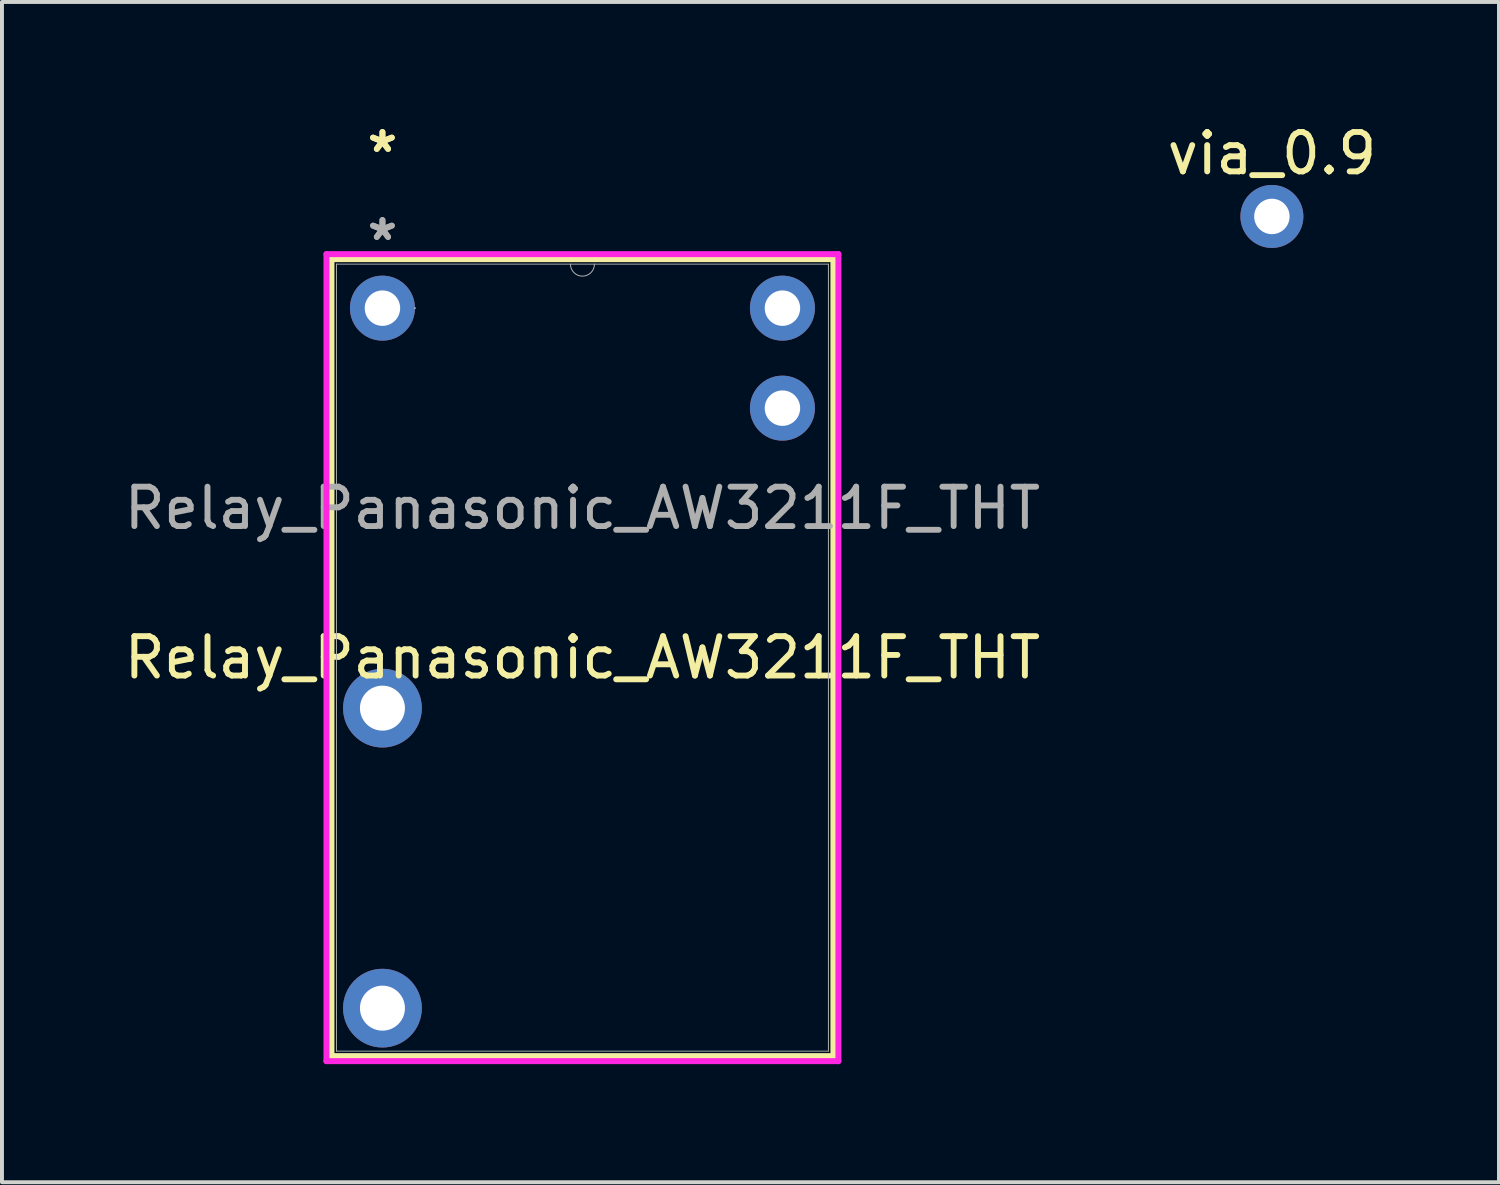
<source format=kicad_pcb>
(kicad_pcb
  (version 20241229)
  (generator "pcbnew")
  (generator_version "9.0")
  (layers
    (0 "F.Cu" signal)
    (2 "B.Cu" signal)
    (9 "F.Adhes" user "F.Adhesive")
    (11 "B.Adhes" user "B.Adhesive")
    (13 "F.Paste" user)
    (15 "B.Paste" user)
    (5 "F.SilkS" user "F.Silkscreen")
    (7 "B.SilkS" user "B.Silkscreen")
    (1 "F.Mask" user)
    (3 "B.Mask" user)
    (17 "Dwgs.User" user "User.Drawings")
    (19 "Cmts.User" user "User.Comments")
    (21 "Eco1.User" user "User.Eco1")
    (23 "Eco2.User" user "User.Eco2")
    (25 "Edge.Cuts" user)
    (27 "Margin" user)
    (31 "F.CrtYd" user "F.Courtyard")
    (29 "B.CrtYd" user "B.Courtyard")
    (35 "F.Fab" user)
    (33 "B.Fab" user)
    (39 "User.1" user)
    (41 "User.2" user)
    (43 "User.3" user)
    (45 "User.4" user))
  (footprint "Relay_Panasonic_AW3211F_THT"
    (layer "F.Cu")
    (at 6.664 4.777)
    (property "Reference" "Relay_Panasonic_AW3211F_THT" (at 5.08 8.877 0) (unlocked yes) (layer "F.SilkS") (effects (font (size 1 1) (thickness 0.15))))
    (attr through_hole)
    (fp_line (start -1.295 -1.245) (end -1.295 18.999) (stroke (width 0.152) (type solid)) (layer "F.SilkS"))
    (fp_line (start -1.295 18.999) (end 11.455 18.999) (stroke (width 0.152) (type solid)) (layer "F.SilkS"))
    (fp_line (start 11.455 -1.245) (end -1.295 -1.245) (stroke (width 0.152) (type solid)) (layer "F.SilkS"))
    (fp_line (start 11.455 18.999) (end 11.455 -1.245) (stroke (width 0.152) (type solid)) (layer "F.SilkS"))
    (fp_line (start -1.422 -1.372) (end 11.582 -1.372) (stroke (width 0.152) (type solid)) (layer "F.CrtYd"))
    (fp_line (start -1.422 19.126) (end -1.422 -1.372) (stroke (width 0.152) (type solid)) (layer "F.CrtYd"))
    (fp_line (start 11.582 -1.372) (end 11.582 19.126) (stroke (width 0.152) (type solid)) (layer "F.CrtYd"))
    (fp_line (start 11.582 19.126) (end -1.422 19.126) (stroke (width 0.152) (type solid)) (layer "F.CrtYd"))
    (fp_line (start -1.168 -1.118) (end -1.168 18.872) (stroke (width 0.025) (type solid)) (layer "F.Fab"))
    (fp_line (start -1.168 18.872) (end 11.328 18.872) (stroke (width 0.025) (type solid)) (layer "F.Fab"))
    (fp_line (start 11.328 -1.118) (end -1.168 -1.118) (stroke (width 0.025) (type solid)) (layer "F.Fab"))
    (fp_line (start 11.328 18.872) (end 11.328 -1.118) (stroke (width 0.025) (type solid)) (layer "F.Fab"))
    (fp_arc (start 5.3848 -1.1176) (mid 5.08 -0.8128) (end 4.7752 -1.1176) (stroke (width 0.0254) (type solid)) (layer "F.Fab"))
    (fp_circle (center 0.826 0) (end 0.826 0) (stroke (width 0.025) (type solid)) (fill no) (layer "F.Fab"))
    (fp_text user "*" (at 0 -3.929 0) (layer "F.SilkS") (effects (font (size 1 1) (thickness 0.15))))
    (fp_text user "*" (at 0 -3.929 0) (unlocked yes) (layer "F.SilkS") (effects (font (size 1 1) (thickness 0.15))))
    (fp_text user "*" (at 0 -1.693 0) (layer "F.Fab") (effects (font (size 1 1) (thickness 0.15))))
    (fp_text user "${REFERENCE}" (at 5.08 5.08 0) (unlocked yes) (layer "F.Fab") (effects (font (size 1 1) (thickness 0.15))))
    (fp_text user "*" (at 0 -1.693 0) (unlocked yes) (layer "F.Fab") (effects (font (size 1 1) (thickness 0.15))))
    (pad "1" thru_hole circle (at 0 0) (size 1.651 1.651) (drill 0.9) (layers "*.Cu" "*.Mask"))
    (pad "3" thru_hole circle (at 0 10.16) (size 2 2) (drill 1.143) (layers "*.Cu" "*.Mask"))
    (pad "4" thru_hole circle (at 0 17.78) (size 2 2) (drill 1.143) (layers "*.Cu" "*.Mask"))
    (pad "5" thru_hole circle (at 10.16 2.54) (size 1.651 1.651) (drill 0.9) (layers "*.Cu" "*.Mask"))
    (pad "6" thru_hole circle (at 10.16 0) (size 1.651 1.651) (drill 0.9) (layers "*.Cu" "*.Mask")))
  (footprint "via_0.9"
    (layer "F.Cu")
    (at 29.256 2.448)
    (property "Reference" "via_0.9" (at 0 -1.6 0) (layer "F.SilkS") (effects (font (size 1 1) (thickness 0.15))))
    (attr through_hole)
    (pad "" thru_hole circle (at 0 0) (size 1.6 1.6) (drill 0.9) (layers "*.Cu" "*.Mask")))
  (gr_rect
    (start -3 -3)
    (end 35.024 26.979)
    (stroke (width 0.1) (type default))
    (fill no)
    (layer "Edge.Cuts")))
</source>
